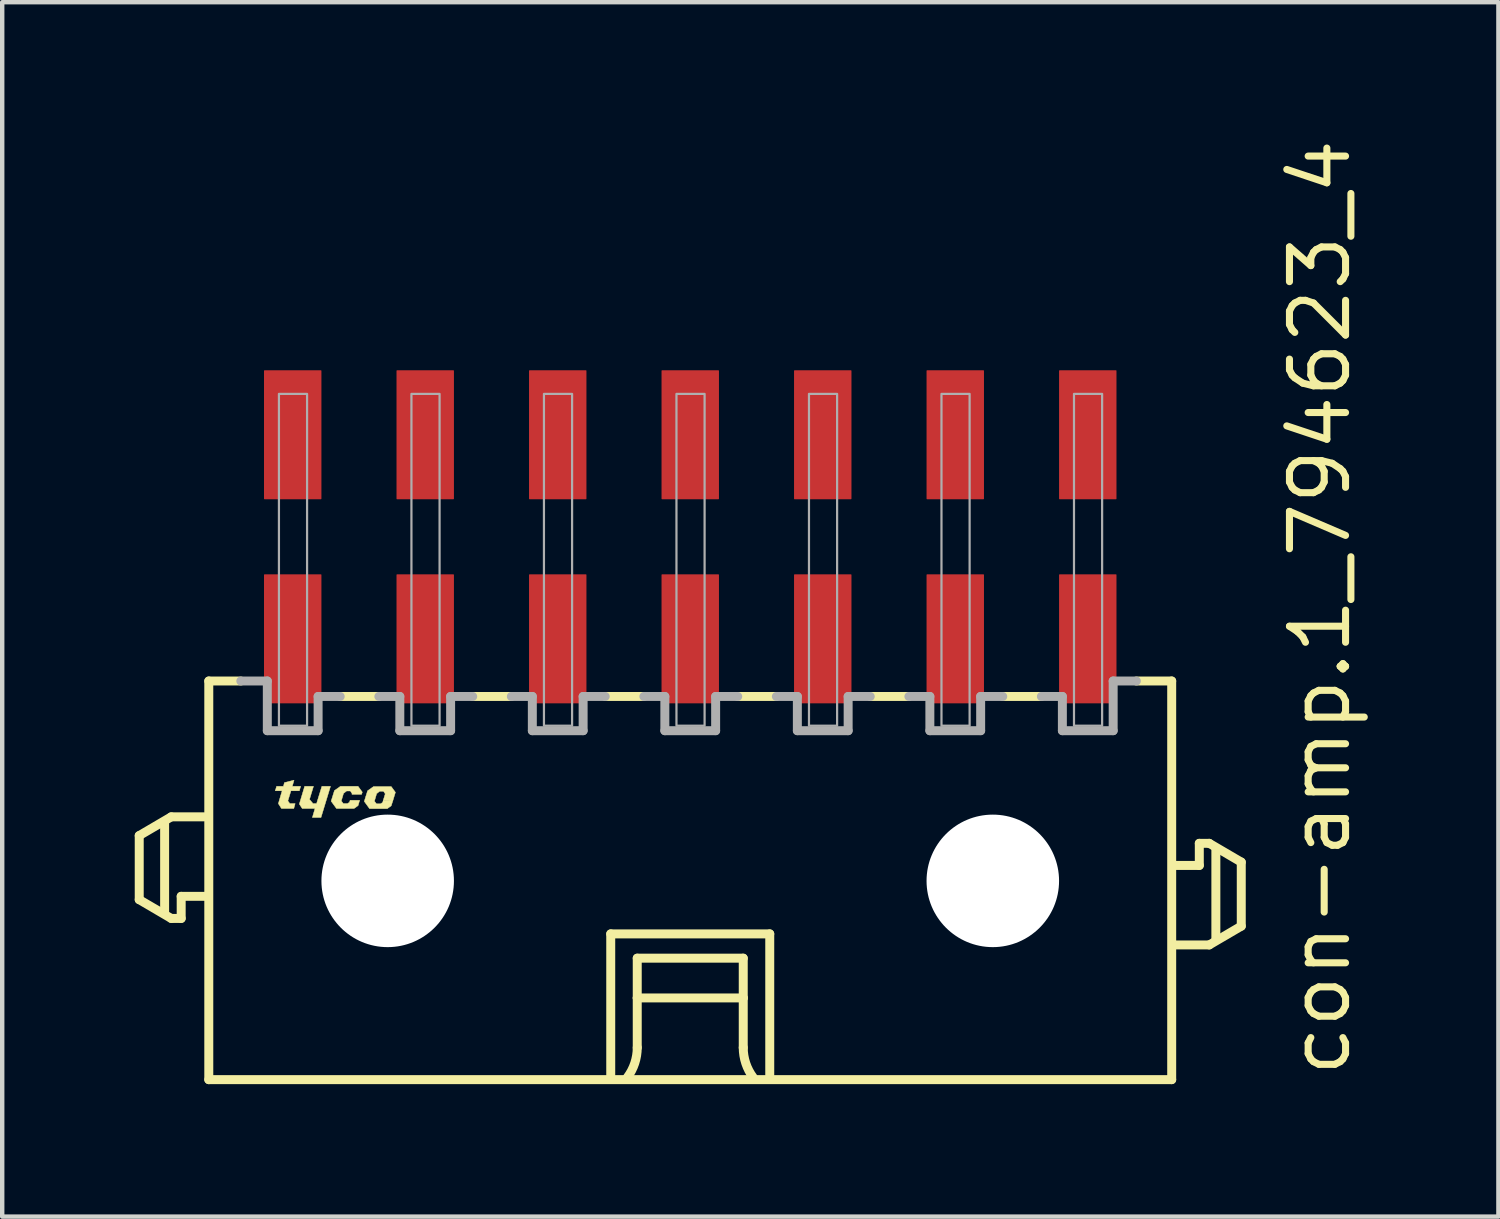
<source format=kicad_pcb>
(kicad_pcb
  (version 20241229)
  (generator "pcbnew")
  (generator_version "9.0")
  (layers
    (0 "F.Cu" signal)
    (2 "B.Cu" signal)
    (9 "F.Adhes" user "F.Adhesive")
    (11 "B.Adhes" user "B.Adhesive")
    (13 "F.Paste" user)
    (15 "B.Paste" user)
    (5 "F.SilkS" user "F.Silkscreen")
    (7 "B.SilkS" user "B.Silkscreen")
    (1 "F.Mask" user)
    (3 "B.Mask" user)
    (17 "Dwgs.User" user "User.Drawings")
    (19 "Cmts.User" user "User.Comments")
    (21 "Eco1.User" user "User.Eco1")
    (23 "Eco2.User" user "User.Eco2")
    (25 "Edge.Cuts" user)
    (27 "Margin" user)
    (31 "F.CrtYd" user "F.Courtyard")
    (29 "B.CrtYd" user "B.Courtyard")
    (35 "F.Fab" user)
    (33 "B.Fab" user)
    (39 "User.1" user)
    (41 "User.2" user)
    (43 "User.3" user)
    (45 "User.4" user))
  (footprint "con-amp.1_794623_4"
    (layer "F.Cu")
    (at 12.577 16.893)
    (property "Reference" "con-amp.1_794623_4" (at 15 4.5 90) (layer "F.SilkS") (effects (font (size 1.27 1.27) (thickness 0.16)) (justify left bottom)))
    (attr smd)
    (fp_line (start -12.475 -1.025) (end -12.475 0.425) (stroke (width 0.203) (type default)) (layer "F.SilkS"))
    (fp_line (start -12.475 0.425) (end -11.75 0.85) (stroke (width 0.203) (type default)) (layer "F.SilkS"))
    (fp_line (start -11.9 0.7) (end -11.9 -1.3) (stroke (width 0.203) (type default)) (layer "F.SilkS"))
    (fp_line (start -11.75 -1.45) (end -12.475 -1.025) (stroke (width 0.203) (type default)) (layer "F.SilkS"))
    (fp_line (start -11.75 0.85) (end -11.525 0.85) (stroke (width 0.203) (type default)) (layer "F.SilkS"))
    (fp_line (start -11.525 0.35) (end -11 0.35) (stroke (width 0.203) (type default)) (layer "F.SilkS"))
    (fp_line (start -11.525 0.85) (end -11.525 0.35) (stroke (width 0.203) (type default)) (layer "F.SilkS"))
    (fp_line (start -11 -1.45) (end -11.75 -1.45) (stroke (width 0.203) (type default)) (layer "F.SilkS"))
    (fp_line (start -10.9 -4.525) (end -10.9 4.5) (stroke (width 0.203) (type default)) (layer "F.SilkS"))
    (fp_line (start -10.9 -4.525) (end -10.175 -4.525) (stroke (width 0.203) (type default)) (layer "F.SilkS"))
    (fp_line (start -10.9 4.5) (end 10.9 4.5) (stroke (width 0.203) (type default)) (layer "F.SilkS"))
    (fp_line (start -7.05 -4.175) (end -7.925 -4.175) (stroke (width 0.203) (type default)) (layer "F.SilkS"))
    (fp_line (start -4.05 -4.175) (end -4.925 -4.175) (stroke (width 0.203) (type default)) (layer "F.SilkS"))
    (fp_line (start -1.8 1.2) (end 1.8 1.2) (stroke (width 0.203) (type default)) (layer "F.SilkS"))
    (fp_line (start -1.8 4.4) (end -1.8 1.2) (stroke (width 0.203) (type default)) (layer "F.SilkS"))
    (fp_line (start -1.2 1.75) (end -1.2 2.65) (stroke (width 0.203) (type default)) (layer "F.SilkS"))
    (fp_line (start -1.2 2.65) (end -1.2 3.775) (stroke (width 0.203) (type default)) (layer "F.SilkS"))
    (fp_line (start -1.2 2.65) (end 1.2 2.65) (stroke (width 0.203) (type default)) (layer "F.SilkS"))
    (fp_line (start -1.05 -4.175) (end -1.925 -4.175) (stroke (width 0.203) (type default)) (layer "F.SilkS"))
    (fp_line (start 1.2 1.75) (end -1.2 1.75) (stroke (width 0.203) (type default)) (layer "F.SilkS"))
    (fp_line (start 1.2 2.65) (end 1.2 1.75) (stroke (width 0.203) (type default)) (layer "F.SilkS"))
    (fp_line (start 1.2 2.65) (end 1.2 3.775) (stroke (width 0.203) (type default)) (layer "F.SilkS"))
    (fp_line (start 1.8 1.2) (end 1.8 4.4) (stroke (width 0.203) (type default)) (layer "F.SilkS"))
    (fp_line (start 1.95 -4.175) (end 1.075 -4.175) (stroke (width 0.203) (type default)) (layer "F.SilkS"))
    (fp_line (start 4.95 -4.175) (end 4.075 -4.175) (stroke (width 0.203) (type default)) (layer "F.SilkS"))
    (fp_line (start 7.95 -4.175) (end 7.075 -4.175) (stroke (width 0.203) (type default)) (layer "F.SilkS"))
    (fp_line (start 10.9 -4.525) (end 10.1 -4.525) (stroke (width 0.203) (type default)) (layer "F.SilkS"))
    (fp_line (start 10.9 4.5) (end 10.9 -4.525) (stroke (width 0.203) (type default)) (layer "F.SilkS"))
    (fp_line (start 11 1.45) (end 11.75 1.45) (stroke (width 0.203) (type default)) (layer "F.SilkS"))
    (fp_line (start 11.525 -0.85) (end 11.525 -0.35) (stroke (width 0.203) (type default)) (layer "F.SilkS"))
    (fp_line (start 11.525 -0.35) (end 11 -0.35) (stroke (width 0.203) (type default)) (layer "F.SilkS"))
    (fp_line (start 11.75 -0.85) (end 11.525 -0.85) (stroke (width 0.203) (type default)) (layer "F.SilkS"))
    (fp_line (start 11.75 1.45) (end 12.475 1.025) (stroke (width 0.203) (type default)) (layer "F.SilkS"))
    (fp_line (start 11.9 1.3) (end 11.9 -0.7) (stroke (width 0.203) (type default)) (layer "F.SilkS"))
    (fp_line (start 12.475 -0.425) (end 11.75 -0.85) (stroke (width 0.203) (type default)) (layer "F.SilkS"))
    (fp_line (start 12.475 1.025) (end 12.475 -0.425) (stroke (width 0.203) (type default)) (layer "F.SilkS"))
    (fp_arc (start -1.2 3.775) (mid -1.257731 4.130756) (end -1.425 4.45) (stroke (width 0.2032) (type default)) (layer "F.SilkS"))
    (fp_arc (start 1.425 4.45) (mid 1.257731 4.130756) (end 1.2 3.775) (stroke (width 0.2032) (type default)) (layer "F.SilkS"))
    (fp_poly (pts (xy -8.73 -2.14) (xy -8.53 -2.14) (xy -8.62 -1.845) (xy -8.54 -1.75) (xy -8.46 -1.75) (xy -8.34 -2.14) (xy -8.145 -2.14) (xy -8.36 -1.435) (xy -8.555 -1.435) (xy -8.495 -1.64) (xy -8.785 -1.64) (xy -8.85 -1.74)) (stroke (width 0.01) (type default)) (fill yes) (layer "F.SilkS"))
    (fp_poly (pts (xy -9.365 -2.14) (xy -9.21 -2.14) (xy -9.188 -2.225) (xy -8.97 -2.28) (xy -9.01 -2.14) (xy -8.82 -2.14) (xy -8.85 -2.04) (xy -9.04 -2.04) (xy -9.11 -1.81) (xy -9.065 -1.75) (xy -8.945 -1.75) (xy -8.975 -1.64) (xy -9.255 -1.64) (xy -9.325 -1.75) (xy -9.24 -2.04) (xy -9.395 -2.04)) (stroke (width 0.01) (type default)) (fill yes) (layer "F.SilkS"))
    (fp_poly (pts (xy -7.66 -1.96) (xy -7.44 -1.96) (xy -7.425 -2.01) (xy -7.52 -2.14) (xy -7.92 -2.14) (xy -8.055 -2.045) (xy -8.13 -1.805) (xy -8.01 -1.64) (xy -7.61 -1.64) (xy -7.52 -1.705) (xy -7.485 -1.825) (xy -7.7 -1.825) (xy -7.715 -1.78) (xy -7.76 -1.75) (xy -7.855 -1.75) (xy -7.9 -1.81) (xy -7.85 -1.98) (xy -7.78 -2.035) (xy -7.695 -2.035) (xy -7.655 -1.975)) (stroke (width 0.01) (type default)) (fill yes) (layer "F.SilkS"))
    (fp_poly (pts (xy -6.95 -1.825) (xy -6.73 -1.825) (xy -6.675 -2.005) (xy -6.77 -2.135) (xy -7.17 -2.135) (xy -7.305 -2.04) (xy -7.38 -1.8) (xy -7.26 -1.635) (xy -6.86 -1.635) (xy -6.77 -1.7) (xy -6.73 -1.825) (xy -6.95 -1.82) (xy -6.965 -1.775) (xy -7.01 -1.745) (xy -7.105 -1.745) (xy -7.15 -1.805) (xy -7.1 -1.975) (xy -7.03 -2.03) (xy -6.945 -2.03) (xy -6.905 -1.97)) (stroke (width 0.01) (type default)) (fill yes) (layer "F.SilkS"))
    (fp_line (start -9.575 -4.525) (end -10.175 -4.525) (stroke (width 0.203) (type default)) (layer "F.Fab"))
    (fp_line (start -9.575 -3.4) (end -9.575 -4.525) (stroke (width 0.203) (type default)) (layer "F.Fab"))
    (fp_line (start -8.425 -4.175) (end -8.425 -3.4) (stroke (width 0.203) (type default)) (layer "F.Fab"))
    (fp_line (start -8.425 -3.4) (end -9.575 -3.4) (stroke (width 0.203) (type default)) (layer "F.Fab"))
    (fp_line (start -7.925 -4.175) (end -8.425 -4.175) (stroke (width 0.203) (type default)) (layer "F.Fab"))
    (fp_line (start -6.575 -4.175) (end -7.05 -4.175) (stroke (width 0.203) (type default)) (layer "F.Fab"))
    (fp_line (start -6.575 -3.4) (end -6.575 -4.175) (stroke (width 0.203) (type default)) (layer "F.Fab"))
    (fp_line (start -5.425 -4.175) (end -5.425 -3.4) (stroke (width 0.203) (type default)) (layer "F.Fab"))
    (fp_line (start -5.425 -3.4) (end -6.575 -3.4) (stroke (width 0.203) (type default)) (layer "F.Fab"))
    (fp_line (start -4.925 -4.175) (end -5.425 -4.175) (stroke (width 0.203) (type default)) (layer "F.Fab"))
    (fp_line (start -3.575 -4.175) (end -4.05 -4.175) (stroke (width 0.203) (type default)) (layer "F.Fab"))
    (fp_line (start -3.575 -3.4) (end -3.575 -4.175) (stroke (width 0.203) (type default)) (layer "F.Fab"))
    (fp_line (start -2.425 -4.175) (end -2.425 -3.4) (stroke (width 0.203) (type default)) (layer "F.Fab"))
    (fp_line (start -2.425 -3.4) (end -3.575 -3.4) (stroke (width 0.203) (type default)) (layer "F.Fab"))
    (fp_line (start -1.925 -4.175) (end -2.425 -4.175) (stroke (width 0.203) (type default)) (layer "F.Fab"))
    (fp_line (start -0.575 -4.175) (end -1.05 -4.175) (stroke (width 0.203) (type default)) (layer "F.Fab"))
    (fp_line (start -0.575 -3.4) (end -0.575 -4.175) (stroke (width 0.203) (type default)) (layer "F.Fab"))
    (fp_line (start 0.575 -4.175) (end 0.575 -3.4) (stroke (width 0.203) (type default)) (layer "F.Fab"))
    (fp_line (start 0.575 -3.4) (end -0.575 -3.4) (stroke (width 0.203) (type default)) (layer "F.Fab"))
    (fp_line (start 1.075 -4.175) (end 0.575 -4.175) (stroke (width 0.203) (type default)) (layer "F.Fab"))
    (fp_line (start 2.425 -4.175) (end 1.95 -4.175) (stroke (width 0.203) (type default)) (layer "F.Fab"))
    (fp_line (start 2.425 -3.4) (end 2.425 -4.175) (stroke (width 0.203) (type default)) (layer "F.Fab"))
    (fp_line (start 3.575 -4.175) (end 3.575 -3.4) (stroke (width 0.203) (type default)) (layer "F.Fab"))
    (fp_line (start 3.575 -3.4) (end 2.425 -3.4) (stroke (width 0.203) (type default)) (layer "F.Fab"))
    (fp_line (start 4.075 -4.175) (end 3.575 -4.175) (stroke (width 0.203) (type default)) (layer "F.Fab"))
    (fp_line (start 5.425 -4.175) (end 4.95 -4.175) (stroke (width 0.203) (type default)) (layer "F.Fab"))
    (fp_line (start 5.425 -3.4) (end 5.425 -4.175) (stroke (width 0.203) (type default)) (layer "F.Fab"))
    (fp_line (start 6.575 -4.175) (end 6.575 -3.4) (stroke (width 0.203) (type default)) (layer "F.Fab"))
    (fp_line (start 6.575 -3.4) (end 5.425 -3.4) (stroke (width 0.203) (type default)) (layer "F.Fab"))
    (fp_line (start 7.075 -4.175) (end 6.575 -4.175) (stroke (width 0.203) (type default)) (layer "F.Fab"))
    (fp_line (start 8.425 -4.175) (end 7.95 -4.175) (stroke (width 0.203) (type default)) (layer "F.Fab"))
    (fp_line (start 8.425 -3.4) (end 8.425 -4.175) (stroke (width 0.203) (type default)) (layer "F.Fab"))
    (fp_line (start 9.575 -4.525) (end 9.575 -3.4) (stroke (width 0.203) (type default)) (layer "F.Fab"))
    (fp_line (start 9.575 -3.4) (end 8.425 -3.4) (stroke (width 0.203) (type default)) (layer "F.Fab"))
    (fp_line (start 10.1 -4.525) (end 9.575 -4.525) (stroke (width 0.203) (type default)) (layer "F.Fab"))
    (fp_rect (start -9.312 -3.513) (end -8.675 -11.025) (stroke (width 0.05) (type default)) (fill no) (layer "F.Fab"))
    (fp_rect (start -6.312 -3.513) (end -5.675 -11.025) (stroke (width 0.05) (type default)) (fill no) (layer "F.Fab"))
    (fp_rect (start -3.312 -3.513) (end -2.675 -11.025) (stroke (width 0.05) (type default)) (fill no) (layer "F.Fab"))
    (fp_rect (start -0.312 -3.513) (end 0.325 -11.025) (stroke (width 0.05) (type default)) (fill no) (layer "F.Fab"))
    (fp_rect (start 2.688 -3.513) (end 3.325 -11.025) (stroke (width 0.05) (type default)) (fill no) (layer "F.Fab"))
    (fp_rect (start 5.688 -3.513) (end 6.325 -11.025) (stroke (width 0.05) (type default)) (fill no) (layer "F.Fab"))
    (fp_rect (start 8.688 -3.513) (end 9.325 -11.025) (stroke (width 0.05) (type default)) (fill no) (layer "F.Fab"))
    (pad "" np_thru_hole circle (at -6.85 0) (size 3 3) (drill 3) (layers "*.Cu" "*.Mask"))
    (pad "" np_thru_hole circle (at 6.85 0) (size 3 3) (drill 3) (layers "*.Cu" "*.Mask"))
    (pad "1" smd roundrect (at 9 -10.1) (size 1.3 2.92) (layers "F.Cu" "F.Mask" "F.Paste") (roundrect_rratio 0.01))
    (pad "2" smd roundrect (at 9 -5.48) (size 1.3 2.92) (layers "F.Cu" "F.Mask" "F.Paste") (roundrect_rratio 0.01))
    (pad "3" smd roundrect (at 6 -10.1) (size 1.3 2.92) (layers "F.Cu" "F.Mask" "F.Paste") (roundrect_rratio 0.01))
    (pad "4" smd roundrect (at 6 -5.48) (size 1.3 2.92) (layers "F.Cu" "F.Mask" "F.Paste") (roundrect_rratio 0.01))
    (pad "5" smd roundrect (at 3 -10.1) (size 1.3 2.92) (layers "F.Cu" "F.Mask" "F.Paste") (roundrect_rratio 0.01))
    (pad "6" smd roundrect (at 3 -5.48) (size 1.3 2.92) (layers "F.Cu" "F.Mask" "F.Paste") (roundrect_rratio 0.01))
    (pad "7" smd roundrect (at 0 -10.1) (size 1.3 2.92) (layers "F.Cu" "F.Mask" "F.Paste") (roundrect_rratio 0.01))
    (pad "8" smd roundrect (at 0 -5.48) (size 1.3 2.92) (layers "F.Cu" "F.Mask" "F.Paste") (roundrect_rratio 0.01))
    (pad "9" smd roundrect (at -3 -10.1) (size 1.3 2.92) (layers "F.Cu" "F.Mask" "F.Paste") (roundrect_rratio 0.01))
    (pad "10" smd roundrect (at -3 -5.48) (size 1.3 2.92) (layers "F.Cu" "F.Mask" "F.Paste") (roundrect_rratio 0.01))
    (pad "11" smd roundrect (at -6 -10.1) (size 1.3 2.92) (layers "F.Cu" "F.Mask" "F.Paste") (roundrect_rratio 0.01))
    (pad "12" smd roundrect (at -6 -5.48) (size 1.3 2.92) (layers "F.Cu" "F.Mask" "F.Paste") (roundrect_rratio 0.01))
    (pad "13" smd roundrect (at -9 -10.1) (size 1.3 2.92) (layers "F.Cu" "F.Mask" "F.Paste") (roundrect_rratio 0.01))
    (pad "14" smd roundrect (at -9 -5.48) (size 1.3 2.92) (layers "F.Cu" "F.Mask" "F.Paste") (roundrect_rratio 0.01)))
  (gr_rect
    (start -3 -3)
    (end 30.874 24.494)
    (stroke (width 0.1) (type default))
    (fill no)
    (layer "Edge.Cuts")))
</source>
